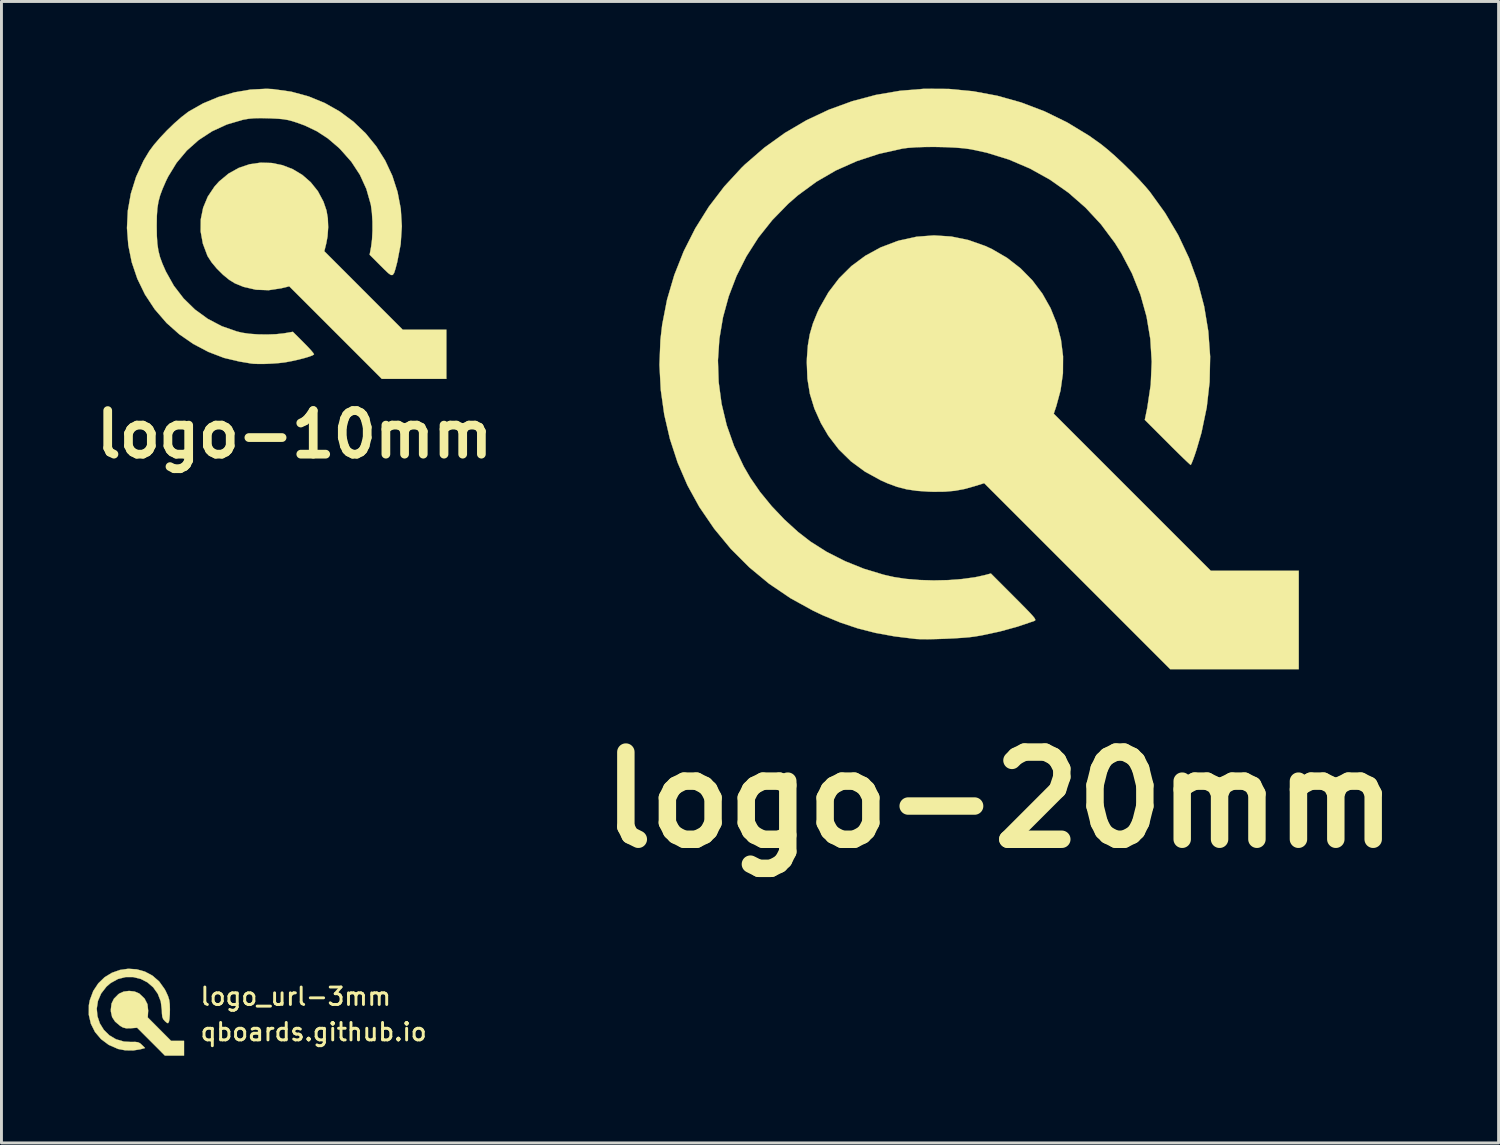
<source format=kicad_pcb>
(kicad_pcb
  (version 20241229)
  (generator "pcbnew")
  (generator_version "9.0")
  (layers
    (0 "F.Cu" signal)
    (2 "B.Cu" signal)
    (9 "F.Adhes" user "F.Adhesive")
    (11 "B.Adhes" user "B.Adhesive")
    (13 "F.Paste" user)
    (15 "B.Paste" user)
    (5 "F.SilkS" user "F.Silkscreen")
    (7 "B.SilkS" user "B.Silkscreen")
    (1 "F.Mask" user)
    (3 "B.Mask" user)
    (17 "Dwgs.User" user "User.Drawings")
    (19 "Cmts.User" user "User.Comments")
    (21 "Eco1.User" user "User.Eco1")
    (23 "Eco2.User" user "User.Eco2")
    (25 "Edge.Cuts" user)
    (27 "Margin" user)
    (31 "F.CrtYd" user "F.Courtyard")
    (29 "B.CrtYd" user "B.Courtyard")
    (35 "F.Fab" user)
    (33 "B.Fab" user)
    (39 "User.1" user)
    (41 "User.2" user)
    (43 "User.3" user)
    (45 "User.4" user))
  (footprint "logo-10mm"
    (layer "F.Cu")
    (at 6.044 4.762)
    (property "Reference" "logo-10mm" (at 1.041 7.137 0) (layer "F.SilkS") (effects (font (size 1.5 1.5) (thickness 0.3))))
    (attr through_hole)
    (fp_poly (pts (xy 0.253 -2.204) (xy 0.624 -2.129) (xy 0.978 -1.992) (xy 1.305 -1.796) (xy 1.596 -1.543) (xy 1.843 -1.235) (xy 2.035 -0.876) (xy 2.14 -0.57) (xy 2.186 -0.301) (xy 2.198 0.009) (xy 2.176 0.323) (xy 2.133 0.559) (xy 2.065 0.832) (xy 4.762 3.531) (xy 6.265 3.531) (xy 6.265 5.224) (xy 4.043 5.224) (xy 2.45 3.631) (xy 0.858 2.039) (xy 0.585 2.107) (xy 0.151 2.173) (xy -0.285 2.157) (xy -0.713 2.059) (xy -1.01 1.938) (xy -1.209 1.815) (xy -1.423 1.639) (xy -1.632 1.432) (xy -1.813 1.215) (xy -1.945 1.011) (xy -1.959 0.983) (xy -2.114 0.569) (xy -2.19 0.15) (xy -2.186 -0.263) (xy -2.104 -0.664) (xy -1.946 -1.044) (xy -1.712 -1.394) (xy -1.555 -1.569) (xy -1.23 -1.839) (xy -0.878 -2.035) (xy -0.508 -2.16) (xy -0.128 -2.215) (xy 0.253 -2.204)) (stroke (width 0.01) (type solid)) (fill yes) (layer "F.SilkS"))
    (fp_poly (pts (xy 0.296 -4.746) (xy 0.929 -4.657) (xy 1.527 -4.494) (xy 2.085 -4.265) (xy 2.601 -3.972) (xy 3.07 -3.623) (xy 3.489 -3.222) (xy 3.854 -2.775) (xy 4.161 -2.286) (xy 4.406 -1.762) (xy 4.585 -1.207) (xy 4.696 -0.627) (xy 4.733 -0.027) (xy 4.693 0.587) (xy 4.573 1.211) (xy 4.568 1.227) (xy 4.513 1.438) (xy 4.468 1.578) (xy 4.42 1.648) (xy 4.358 1.651) (xy 4.268 1.589) (xy 4.138 1.466) (xy 4.009 1.338) (xy 3.625 0.953) (xy 3.675 0.681) (xy 3.707 0.429) (xy 3.722 0.129) (xy 3.721 -0.187) (xy 3.703 -0.489) (xy 3.67 -0.745) (xy 3.662 -0.784) (xy 3.512 -1.311) (xy 3.29 -1.797) (xy 2.994 -2.249) (xy 2.619 -2.672) (xy 2.55 -2.739) (xy 2.183 -3.052) (xy 1.805 -3.298) (xy 1.389 -3.496) (xy 1.143 -3.586) (xy 0.962 -3.644) (xy 0.806 -3.684) (xy 0.65 -3.711) (xy 0.466 -3.727) (xy 0.231 -3.739) (xy 0.163 -3.741) (xy -0.121 -3.748) (xy -0.347 -3.743) (xy -0.537 -3.726) (xy -0.717 -3.695) (xy -0.747 -3.688) (xy -1.291 -3.528) (xy -1.797 -3.295) (xy -2.257 -2.994) (xy -2.666 -2.631) (xy -3.019 -2.209) (xy -3.309 -1.734) (xy -3.382 -1.585) (xy -3.499 -1.317) (xy -3.585 -1.087) (xy -3.643 -0.87) (xy -3.679 -0.644) (xy -3.697 -0.383) (xy -3.702 -0.064) (xy -3.702 -0.025) (xy -3.697 0.308) (xy -3.679 0.58) (xy -3.644 0.815) (xy -3.588 1.035) (xy -3.504 1.263) (xy -3.389 1.524) (xy -3.384 1.534) (xy -3.112 2.02) (xy -2.777 2.456) (xy -2.386 2.838) (xy -1.946 3.158) (xy -1.465 3.411) (xy -0.951 3.591) (xy -0.764 3.636) (xy -0.52 3.672) (xy -0.224 3.693) (xy 0.093 3.698) (xy 0.401 3.687) (xy 0.668 3.659) (xy 0.71 3.652) (xy 0.983 3.605) (xy 1.357 3.978) (xy 1.498 4.122) (xy 1.611 4.245) (xy 1.686 4.336) (xy 1.711 4.382) (xy 1.711 4.384) (xy 1.655 4.418) (xy 1.534 4.463) (xy 1.365 4.513) (xy 1.165 4.564) (xy 0.953 4.611) (xy 0.747 4.65) (xy 0.699 4.658) (xy 0.501 4.681) (xy 0.271 4.698) (xy 0.034 4.709) (xy -0.187 4.711) (xy -0.367 4.705) (xy -0.466 4.694) (xy -0.537 4.681) (xy -0.665 4.659) (xy -0.825 4.633) (xy -0.847 4.63) (xy -1.387 4.502) (xy -1.923 4.297) (xy -2.441 4.024) (xy -2.924 3.691) (xy -3.359 3.304) (xy -3.365 3.298) (xy -3.771 2.829) (xy -4.106 2.32) (xy -4.369 1.778) (xy -4.561 1.211) (xy -4.679 0.628) (xy -4.725 0.034) (xy -4.696 -0.561) (xy -4.591 -1.151) (xy -4.411 -1.727) (xy -4.155 -2.283) (xy -3.956 -2.615) (xy -3.797 -2.829) (xy -3.588 -3.072) (xy -3.348 -3.326) (xy -3.095 -3.57) (xy -2.848 -3.786) (xy -2.627 -3.956) (xy -2.59 -3.981) (xy -2.106 -4.255) (xy -1.58 -4.474) (xy -1.029 -4.634) (xy -0.471 -4.73) (xy 0.074 -4.757) (xy 0.296 -4.746)) (stroke (width 0.01) (type solid)) (fill yes) (layer "F.SilkS")))
  (footprint "logo-20mm"
    (layer "F.Cu")
    (at 29.158 9.561)
    (property "Reference" "logo-20mm" (at 2.184 14.91 0) (layer "F.SilkS") (effects (font (size 3 3) (thickness 0.6))))
    (attr through_hole)
    (fp_poly (pts (xy 0.524 -4.473) (xy 1.113 -4.352) (xy 1.691 -4.148) (xy 1.919 -4.043) (xy 2.441 -3.74) (xy 2.906 -3.379) (xy 3.313 -2.966) (xy 3.659 -2.506) (xy 3.94 -2.009) (xy 4.154 -1.479) (xy 4.298 -0.924) (xy 4.37 -0.35) (xy 4.366 0.235) (xy 4.283 0.825) (xy 4.138 1.361) (xy 4.05 1.624) (xy 9.453 7.027) (xy 12.48 7.027) (xy 12.48 10.414) (xy 8.056 10.414) (xy 4.856 7.214) (xy 1.656 4.014) (xy 1.321 4.119) (xy 0.977 4.215) (xy 0.647 4.276) (xy 0.303 4.307) (xy -0.084 4.311) (xy -0.25 4.306) (xy -0.657 4.278) (xy -1.01 4.226) (xy -1.337 4.142) (xy -1.666 4.021) (xy -1.897 3.918) (xy -2.444 3.618) (xy -2.927 3.263) (xy -3.348 2.85) (xy -3.709 2.379) (xy -3.962 1.947) (xy -4.187 1.445) (xy -4.341 0.942) (xy -4.426 0.419) (xy -4.447 -0.141) (xy -4.443 -0.285) (xy -4.411 -0.721) (xy -4.345 -1.109) (xy -4.237 -1.479) (xy -4.081 -1.864) (xy -4.011 -2.011) (xy -3.702 -2.554) (xy -3.335 -3.036) (xy -2.913 -3.455) (xy -2.436 -3.809) (xy -1.909 -4.097) (xy -1.334 -4.315) (xy -1.263 -4.336) (xy -0.669 -4.466) (xy -0.072 -4.511) (xy 0.524 -4.473)) (stroke (width 0.01) (type solid)) (fill yes) (layer "F.SilkS"))
    (fp_poly (pts (xy 0.436 -9.551) (xy 1.275 -9.471) (xy 2.107 -9.316) (xy 2.927 -9.086) (xy 3.73 -8.781) (xy 4.51 -8.4) (xy 5.263 -7.943) (xy 5.679 -7.647) (xy 5.904 -7.466) (xy 6.165 -7.237) (xy 6.443 -6.977) (xy 6.723 -6.703) (xy 6.986 -6.432) (xy 7.214 -6.181) (xy 7.357 -6.011) (xy 7.882 -5.284) (xy 8.333 -4.521) (xy 8.707 -3.727) (xy 9.005 -2.907) (xy 9.226 -2.066) (xy 9.368 -1.209) (xy 9.431 -0.341) (xy 9.413 0.532) (xy 9.314 1.406) (xy 9.133 2.276) (xy 8.962 2.864) (xy 8.897 3.059) (xy 8.838 3.221) (xy 8.792 3.335) (xy 8.765 3.385) (xy 8.762 3.387) (xy 8.726 3.358) (xy 8.638 3.277) (xy 8.506 3.152) (xy 8.34 2.99) (xy 8.147 2.8) (xy 7.958 2.611) (xy 7.183 1.836) (xy 7.269 1.415) (xy 7.387 0.624) (xy 7.421 -0.165) (xy 7.373 -0.947) (xy 7.244 -1.716) (xy 7.034 -2.468) (xy 6.744 -3.198) (xy 6.375 -3.9) (xy 6.152 -4.255) (xy 5.676 -4.892) (xy 5.142 -5.468) (xy 4.554 -5.982) (xy 3.916 -6.431) (xy 3.233 -6.811) (xy 2.508 -7.121) (xy 1.746 -7.357) (xy 1.198 -7.475) (xy 0.96 -7.508) (xy 0.663 -7.532) (xy 0.329 -7.548) (xy -0.023 -7.555) (xy -0.37 -7.554) (xy -0.692 -7.543) (xy -0.969 -7.523) (xy -1.151 -7.499) (xy -1.965 -7.317) (xy -2.73 -7.066) (xy -3.446 -6.747) (xy -4.118 -6.357) (xy -4.746 -5.896) (xy -5.084 -5.602) (xy -5.633 -5.04) (xy -6.114 -4.435) (xy -6.525 -3.791) (xy -6.865 -3.116) (xy -7.134 -2.414) (xy -7.331 -1.693) (xy -7.455 -0.956) (xy -7.505 -0.211) (xy -7.48 0.536) (xy -7.38 1.281) (xy -7.204 2.016) (xy -6.95 2.737) (xy -6.619 3.436) (xy -6.391 3.829) (xy -6.056 4.315) (xy -5.658 4.802) (xy -5.216 5.267) (xy -4.75 5.691) (xy -4.325 6.021) (xy -3.759 6.38) (xy -3.136 6.696) (xy -2.477 6.961) (xy -1.804 7.164) (xy -1.464 7.242) (xy -1.042 7.307) (xy -0.573 7.346) (xy -0.078 7.36) (xy 0.42 7.349) (xy 0.899 7.312) (xy 1.339 7.252) (xy 1.669 7.18) (xy 1.887 7.122) (xy 2.683 7.919) (xy 2.921 8.158) (xy 3.105 8.345) (xy 3.241 8.486) (xy 3.333 8.588) (xy 3.389 8.658) (xy 3.413 8.704) (xy 3.413 8.732) (xy 3.392 8.749) (xy 3.376 8.756) (xy 2.804 8.95) (xy 2.188 9.119) (xy 1.57 9.251) (xy 1.321 9.293) (xy 1.135 9.316) (xy 0.891 9.336) (xy 0.609 9.354) (xy 0.308 9.368) (xy 0.008 9.378) (xy -0.27 9.384) (xy -0.508 9.383) (xy -0.684 9.375) (xy -0.707 9.373) (xy -1.423 9.286) (xy -2.079 9.167) (xy -2.695 9.01) (xy -3.292 8.81) (xy -3.891 8.562) (xy -4.221 8.406) (xy -5.009 7.972) (xy -5.747 7.472) (xy -6.43 6.906) (xy -7.059 6.277) (xy -7.63 5.586) (xy -8.142 4.836) (xy -8.148 4.826) (xy -8.554 4.088) (xy -8.891 3.308) (xy -9.157 2.494) (xy -9.352 1.655) (xy -9.472 0.802) (xy -9.517 -0.058) (xy -9.484 -0.914) (xy -9.423 -1.439) (xy -9.255 -2.304) (xy -9.006 -3.149) (xy -8.682 -3.967) (xy -8.285 -4.752) (xy -7.819 -5.497) (xy -7.286 -6.195) (xy -6.692 -6.839) (xy -6.578 -6.95) (xy -5.908 -7.53) (xy -5.199 -8.039) (xy -4.456 -8.475) (xy -3.683 -8.838) (xy -2.887 -9.128) (xy -2.071 -9.345) (xy -1.242 -9.487) (xy -0.405 -9.556) (xy 0.436 -9.551)) (stroke (width 0.01) (type solid)) (fill yes) (layer "F.SilkS")))
  (footprint "logo_url-3mm"
    (layer "F.Cu")
    (at 1.352 31.697)
    (property "Reference" "logo_url-3mm" (at 2.438 -0.457 0) (layer "F.SilkS") (effects (font (size 0.6 0.6) (thickness 0.1)) (justify left)))
    (attr through_hole)
    (fp_poly (pts (xy 0.229 -0.63) (xy 0.384 -0.565) (xy 0.393 -0.559) (xy 0.572 -0.388) (xy 0.672 -0.194) (xy 0.696 0.03) (xy 0.695 0.039) (xy 0.682 0.261) (xy 1.083 0.664) (xy 1.484 1.067) (xy 1.93 1.067) (xy 1.93 1.575) (xy 1.273 1.575) (xy 0.795 1.095) (xy 0.317 0.616) (xy 0.097 0.633) (xy -0.057 0.636) (xy -0.17 0.608) (xy -0.267 0.552) (xy -0.441 0.406) (xy -0.544 0.25) (xy -0.586 0.062) (xy -0.588 -0.013) (xy -0.564 -0.217) (xy -0.482 -0.383) (xy -0.332 -0.534) (xy -0.297 -0.56) (xy -0.147 -0.628) (xy 0.04 -0.651) (xy 0.229 -0.63)) (stroke (width 0.01) (type solid)) (fill yes) (layer "F.SilkS"))
    (fp_poly (pts (xy 0.302 -1.394) (xy 0.583 -1.316) (xy 0.844 -1.177) (xy 1.076 -0.975) (xy 1.266 -0.709) (xy 1.304 -0.637) (xy 1.378 -0.476) (xy 1.42 -0.343) (xy 1.439 -0.2) (xy 1.444 -0.014) (xy 1.44 0.157) (xy 1.429 0.303) (xy 1.414 0.396) (xy 1.411 0.406) (xy 1.384 0.456) (xy 1.348 0.453) (xy 1.279 0.394) (xy 1.273 0.388) (xy 1.215 0.322) (xy 1.183 0.244) (xy 1.17 0.126) (xy 1.167 0.012) (xy 1.13 -0.29) (xy 1.027 -0.553) (xy 0.87 -0.774) (xy 0.67 -0.946) (xy 0.437 -1.065) (xy 0.183 -1.127) (xy -0.08 -1.127) (xy -0.343 -1.061) (xy -0.593 -0.923) (xy -0.739 -0.798) (xy -0.922 -0.562) (xy -1.032 -0.306) (xy -1.073 -0.042) (xy -1.049 0.219) (xy -0.967 0.466) (xy -0.83 0.688) (xy -0.643 0.874) (xy -0.412 1.012) (xy -0.141 1.091) (xy 0.093 1.105) (xy 0.249 1.103) (xy 0.348 1.116) (xy 0.42 1.152) (xy 0.478 1.204) (xy 0.588 1.314) (xy 0.423 1.359) (xy 0.179 1.397) (xy -0.091 1.393) (xy -0.338 1.346) (xy -0.343 1.344) (xy -0.661 1.205) (xy -0.926 1.007) (xy -1.133 0.762) (xy -1.275 0.478) (xy -1.347 0.167) (xy -1.344 -0.162) (xy -1.311 -0.333) (xy -1.194 -0.648) (xy -1.02 -0.911) (xy -0.803 -1.121) (xy -0.551 -1.275) (xy -0.276 -1.372) (xy 0.012 -1.413) (xy 0.302 -1.394)) (stroke (width 0.01) (type solid)) (fill yes) (layer "F.SilkS"))
    (fp_text user "qboards.github.io" (at 2.438 0.762 0) (layer "F.SilkS") (effects (font (size 0.6 0.6) (thickness 0.1)) (justify left))))
  (gr_rect
    (start -3 -3)
    (end 48.514 36.277)
    (stroke (width 0.1) (type default))
    (fill no)
    (layer "Edge.Cuts")))
</source>
